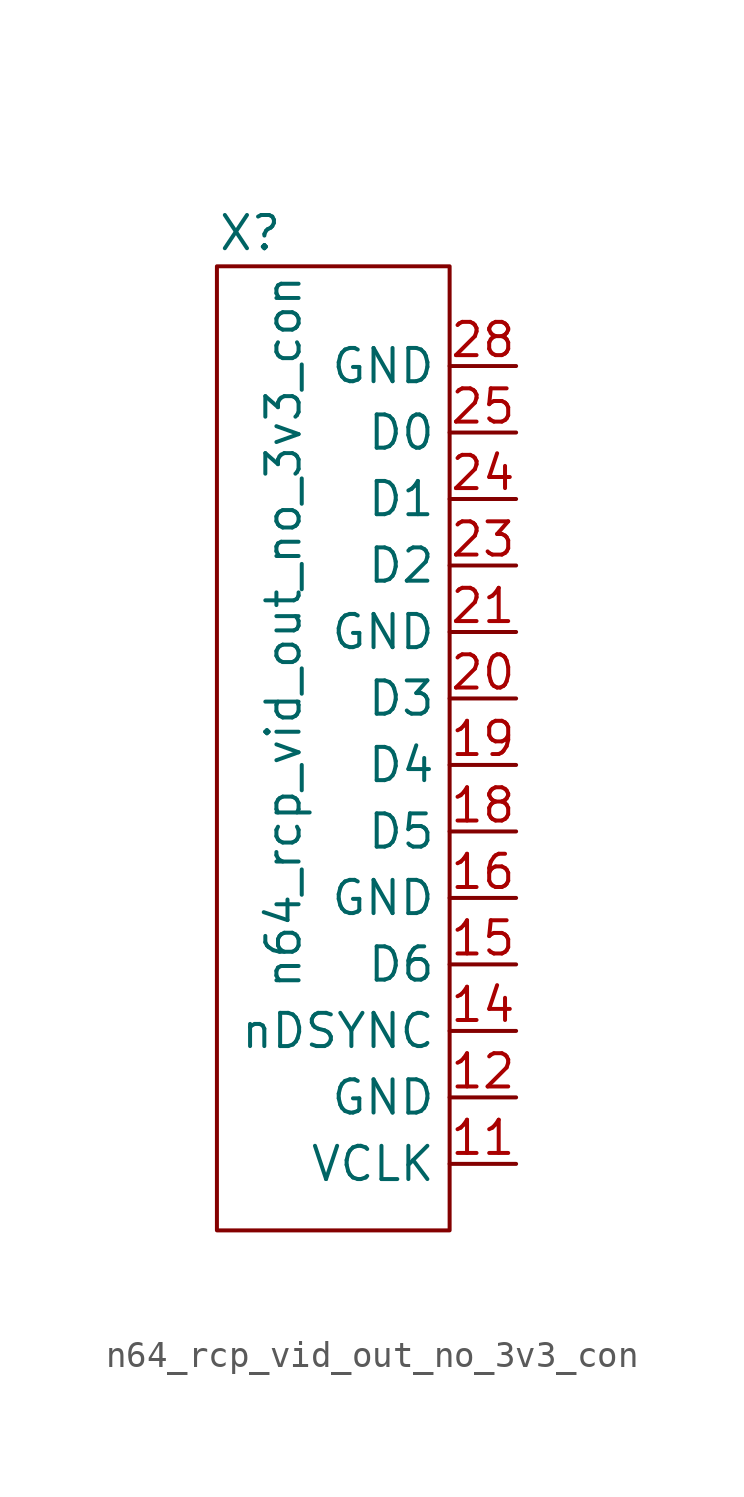
<source format=kicad_sym>
(kicad_symbol_lib
  (version 20211014)
  (generator kicad_symbol_editor)
  (symbol "n64_rcp_vid_out_no_3v3_con"
    (property "Reference" "X"
      (at -3.81 20.32 0)
      (effects (font (size 1.27 1.27))))
    (property "Value" "n64_rcp_vid_out_no_3v3_con"
      (at -2.54 5.08 90)
      (effects (font (size 1.27 1.27))))
    (symbol "n64_rcp_vid_out_no_3v3_con_0_1"
      (rectangle (start -5.08 19.05) (end 3.81 -17.78) (stroke (width 0) (type default) (color 0 0 0 0)) (fill (type none))))
    (symbol "n64_rcp_vid_out_no_3v3_con_1_1"
      (pin output line (at 6.35 -15.24 180) (length 2.54) (name "VCLK" (effects (font (size 1.27 1.27)))) (number "11" (effects (font (size 1.27 1.27)))))
      (pin power_out line (at 6.35 -12.7 180) (length 2.54) (name "GND" (effects (font (size 1.27 1.27)))) (number "12" (effects (font (size 1.27 1.27)))))
      (pin output line (at 6.35 -10.16 180) (length 2.54) (name "nDSYNC" (effects (font (size 1.27 1.27)))) (number "14" (effects (font (size 1.27 1.27)))))
      (pin output line (at 6.35 -7.62 180) (length 2.54) (name "D6" (effects (font (size 1.27 1.27)))) (number "15" (effects (font (size 1.27 1.27)))))
      (pin power_out line (at 6.35 -5.08 180) (length 2.54) (name "GND" (effects (font (size 1.27 1.27)))) (number "16" (effects (font (size 1.27 1.27)))))
      (pin output line (at 6.35 -2.54 180) (length 2.54) (name "D5" (effects (font (size 1.27 1.27)))) (number "18" (effects (font (size 1.27 1.27)))))
      (pin output line (at 6.35 0 180) (length 2.54) (name "D4" (effects (font (size 1.27 1.27)))) (number "19" (effects (font (size 1.27 1.27)))))
      (pin output line (at 6.35 2.54 180) (length 2.54) (name "D3" (effects (font (size 1.27 1.27)))) (number "20" (effects (font (size 1.27 1.27)))))
      (pin power_out line (at 6.35 5.08 180) (length 2.54) (name "GND" (effects (font (size 1.27 1.27)))) (number "21" (effects (font (size 1.27 1.27)))))
      (pin output line (at 6.35 7.62 180) (length 2.54) (name "D2" (effects (font (size 1.27 1.27)))) (number "23" (effects (font (size 1.27 1.27)))))
      (pin output line (at 6.35 10.16 180) (length 2.54) (name "D1" (effects (font (size 1.27 1.27)))) (number "24" (effects (font (size 1.27 1.27)))))
      (pin output line (at 6.35 12.7 180) (length 2.54) (name "D0" (effects (font (size 1.27 1.27)))) (number "25" (effects (font (size 1.27 1.27)))))
      (pin power_out line (at 6.35 15.24 180) (length 2.54) (name "GND" (effects (font (size 1.27 1.27)))) (number "28" (effects (font (size 1.27 1.27))))))))
</source>
